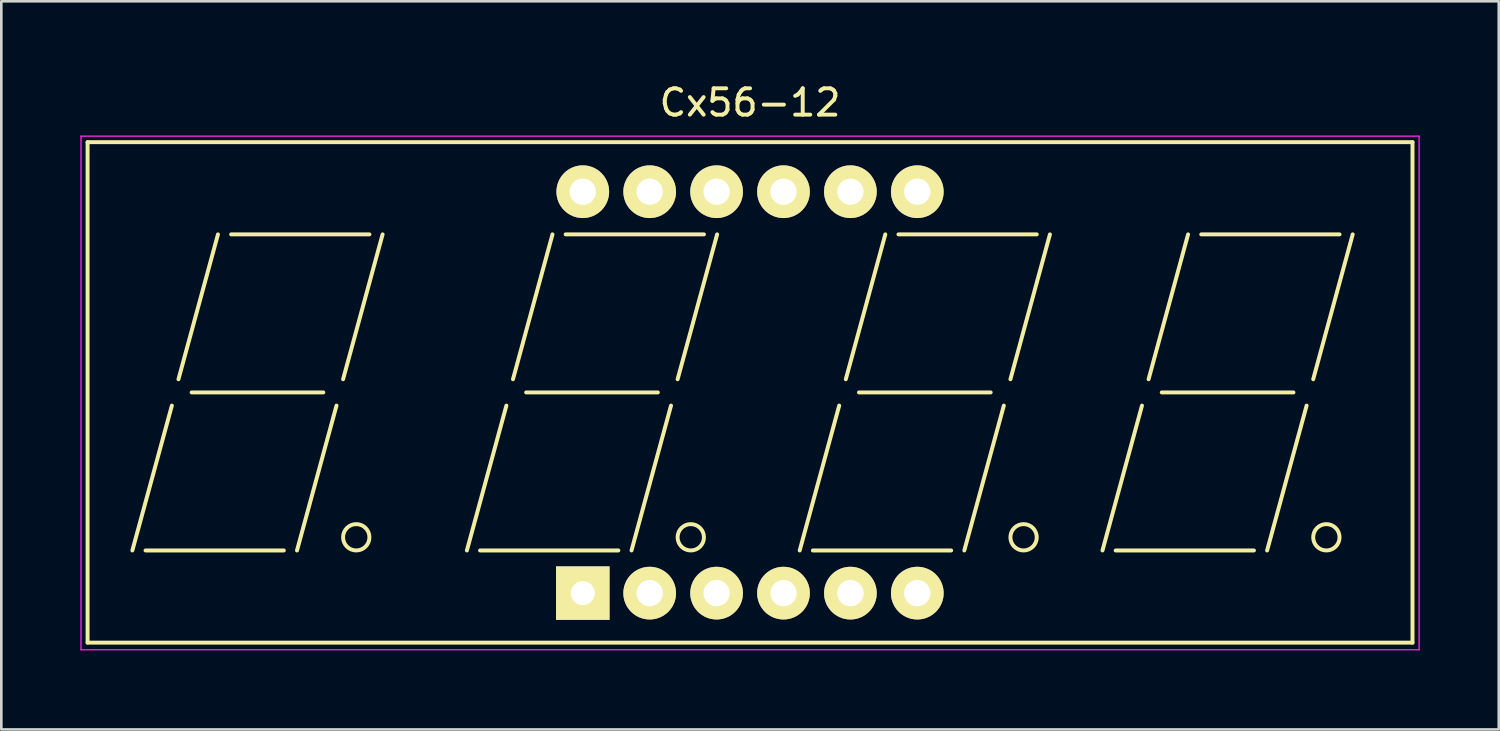
<source format=kicad_pcb>
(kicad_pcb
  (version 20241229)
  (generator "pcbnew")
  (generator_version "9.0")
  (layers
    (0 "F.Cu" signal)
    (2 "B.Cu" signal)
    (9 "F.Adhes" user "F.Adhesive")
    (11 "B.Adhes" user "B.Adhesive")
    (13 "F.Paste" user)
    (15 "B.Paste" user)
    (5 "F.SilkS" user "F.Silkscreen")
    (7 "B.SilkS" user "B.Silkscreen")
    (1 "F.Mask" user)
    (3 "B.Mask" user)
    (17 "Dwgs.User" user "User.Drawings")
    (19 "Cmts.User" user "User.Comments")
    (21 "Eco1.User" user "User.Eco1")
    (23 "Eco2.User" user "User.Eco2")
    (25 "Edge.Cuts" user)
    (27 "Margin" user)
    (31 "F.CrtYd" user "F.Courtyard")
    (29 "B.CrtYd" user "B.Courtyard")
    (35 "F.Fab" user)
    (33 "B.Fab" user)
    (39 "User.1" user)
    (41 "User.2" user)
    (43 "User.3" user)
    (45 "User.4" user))
  (footprint "Cx56-12"
    (layer "F.Cu")
    (at 19.075 19.468)
    (property "Reference" "Cx56-12" (at 6.35 -18.62 0) (layer "F.SilkS") (effects (font (size 1 1) (thickness 0.15))))
    (attr through_hole)
    (fp_line (start -18.8 -17.12) (end 31.5 -17.12) (stroke (width 0.15) (type solid)) (layer "F.SilkS"))
    (fp_line (start -18.8 1.88) (end -18.8 -17.12) (stroke (width 0.15) (type solid)) (layer "F.SilkS"))
    (fp_line (start -17.1 -1.62) (end -15.6 -7.12) (stroke (width 0.15) (type solid)) (layer "F.SilkS"))
    (fp_line (start -16.6 -1.62) (end -11.35 -1.62) (stroke (width 0.15) (type solid)) (layer "F.SilkS"))
    (fp_line (start -15.35 -8.12) (end -13.85 -13.62) (stroke (width 0.15) (type solid)) (layer "F.SilkS"))
    (fp_line (start -14.85 -7.62) (end -9.85 -7.62) (stroke (width 0.15) (type solid)) (layer "F.SilkS"))
    (fp_line (start -13.35 -13.62) (end -8.1 -13.62) (stroke (width 0.15) (type solid)) (layer "F.SilkS"))
    (fp_line (start -10.85 -1.62) (end -9.35 -7.12) (stroke (width 0.15) (type solid)) (layer "F.SilkS"))
    (fp_line (start -9.1 -8.12) (end -7.6 -13.62) (stroke (width 0.15) (type solid)) (layer "F.SilkS"))
    (fp_line (start -4.4 -1.62) (end -2.9 -7.12) (stroke (width 0.15) (type solid)) (layer "F.SilkS"))
    (fp_line (start -3.9 -1.62) (end 1.35 -1.62) (stroke (width 0.15) (type solid)) (layer "F.SilkS"))
    (fp_line (start -2.65 -8.12) (end -1.15 -13.62) (stroke (width 0.15) (type solid)) (layer "F.SilkS"))
    (fp_line (start -2.15 -7.62) (end 2.85 -7.62) (stroke (width 0.15) (type solid)) (layer "F.SilkS"))
    (fp_line (start -0.65 -13.62) (end 4.6 -13.62) (stroke (width 0.15) (type solid)) (layer "F.SilkS"))
    (fp_line (start 1.85 -1.62) (end 3.35 -7.12) (stroke (width 0.15) (type solid)) (layer "F.SilkS"))
    (fp_line (start 3.6 -8.12) (end 5.1 -13.62) (stroke (width 0.15) (type solid)) (layer "F.SilkS"))
    (fp_line (start 8.235 -1.62) (end 9.735 -7.12) (stroke (width 0.15) (type solid)) (layer "F.SilkS"))
    (fp_line (start 8.735 -1.62) (end 13.985 -1.62) (stroke (width 0.15) (type solid)) (layer "F.SilkS"))
    (fp_line (start 9.985 -8.12) (end 11.485 -13.62) (stroke (width 0.15) (type solid)) (layer "F.SilkS"))
    (fp_line (start 10.485 -7.62) (end 15.485 -7.62) (stroke (width 0.15) (type solid)) (layer "F.SilkS"))
    (fp_line (start 11.985 -13.62) (end 17.235 -13.62) (stroke (width 0.15) (type solid)) (layer "F.SilkS"))
    (fp_line (start 14.485 -1.62) (end 15.985 -7.12) (stroke (width 0.15) (type solid)) (layer "F.SilkS"))
    (fp_line (start 16.235 -8.12) (end 17.735 -13.62) (stroke (width 0.15) (type solid)) (layer "F.SilkS"))
    (fp_line (start 19.73 -1.62) (end 21.23 -7.12) (stroke (width 0.15) (type solid)) (layer "F.SilkS"))
    (fp_line (start 20.23 -1.62) (end 25.48 -1.62) (stroke (width 0.15) (type solid)) (layer "F.SilkS"))
    (fp_line (start 21.48 -8.12) (end 22.98 -13.62) (stroke (width 0.15) (type solid)) (layer "F.SilkS"))
    (fp_line (start 21.98 -7.62) (end 26.98 -7.62) (stroke (width 0.15) (type solid)) (layer "F.SilkS"))
    (fp_line (start 23.48 -13.62) (end 28.73 -13.62) (stroke (width 0.15) (type solid)) (layer "F.SilkS"))
    (fp_line (start 25.98 -1.62) (end 27.48 -7.12) (stroke (width 0.15) (type solid)) (layer "F.SilkS"))
    (fp_line (start 27.73 -8.12) (end 29.23 -13.62) (stroke (width 0.15) (type solid)) (layer "F.SilkS"))
    (fp_line (start 31.5 -17.12) (end 31.5 1.88) (stroke (width 0.15) (type solid)) (layer "F.SilkS"))
    (fp_line (start 31.5 1.88) (end -18.8 1.88) (stroke (width 0.15) (type solid)) (layer "F.SilkS"))
    (fp_circle (center -8.6 -2.12) (end -8.6 -1.62) (stroke (width 0.15) (type solid)) (fill no) (layer "F.SilkS"))
    (fp_circle (center 4.1 -2.12) (end 4.1 -1.62) (stroke (width 0.15) (type solid)) (fill no) (layer "F.SilkS"))
    (fp_circle (center 16.735 -2.12) (end 16.735 -1.62) (stroke (width 0.15) (type solid)) (fill no) (layer "F.SilkS"))
    (fp_circle (center 28.23 -2.12) (end 28.23 -1.62) (stroke (width 0.15) (type solid)) (fill no) (layer "F.SilkS"))
    (fp_line (start -19.05 -17.35) (end 31.75 -17.35) (stroke (width 0.05) (type solid)) (layer "F.CrtYd"))
    (fp_line (start -19.05 2.15) (end -19.05 -17.35) (stroke (width 0.05) (type solid)) (layer "F.CrtYd"))
    (fp_line (start 31.75 -17.35) (end 31.75 2.15) (stroke (width 0.05) (type solid)) (layer "F.CrtYd"))
    (fp_line (start 31.75 2.15) (end -19.05 2.15) (stroke (width 0.05) (type solid)) (layer "F.CrtYd"))
    (pad "1" thru_hole rect (at 0 0) (size 2.032 2.032) (drill 0.914) (layers "*.Cu" "*.Mask" "F.SilkS"))
    (pad "2" thru_hole circle (at 2.54 0) (size 2 2) (drill 1) (layers "*.Cu" "*.Mask" "F.SilkS"))
    (pad "3" thru_hole circle (at 5.08 0) (size 2 2) (drill 1) (layers "*.Cu" "*.Mask" "F.SilkS"))
    (pad "4" thru_hole circle (at 7.62 0) (size 2 2) (drill 1) (layers "*.Cu" "*.Mask" "F.SilkS"))
    (pad "5" thru_hole circle (at 10.16 0) (size 2 2) (drill 1) (layers "*.Cu" "*.Mask" "F.SilkS"))
    (pad "6" thru_hole circle (at 12.7 0) (size 2 2) (drill 1) (layers "*.Cu" "*.Mask" "F.SilkS"))
    (pad "7" thru_hole circle (at 12.7 -15.24) (size 2 2) (drill 1) (layers "*.Cu" "*.Mask" "F.SilkS"))
    (pad "8" thru_hole circle (at 10.16 -15.24) (size 2 2) (drill 1) (layers "*.Cu" "*.Mask" "F.SilkS"))
    (pad "9" thru_hole circle (at 7.62 -15.24) (size 2 2) (drill 1) (layers "*.Cu" "*.Mask" "F.SilkS"))
    (pad "10" thru_hole circle (at 5.08 -15.24) (size 2 2) (drill 1) (layers "*.Cu" "*.Mask" "F.SilkS"))
    (pad "11" thru_hole circle (at 2.54 -15.24) (size 2 2) (drill 1) (layers "*.Cu" "*.Mask" "F.SilkS"))
    (pad "12" thru_hole circle (at 0 -15.24) (size 2 2) (drill 1) (layers "*.Cu" "*.Mask" "F.SilkS")))
  (gr_rect
    (start -3 -3)
    (end 53.85 24.643)
    (stroke (width 0.1) (type default))
    (fill no)
    (layer "Edge.Cuts")))
</source>
